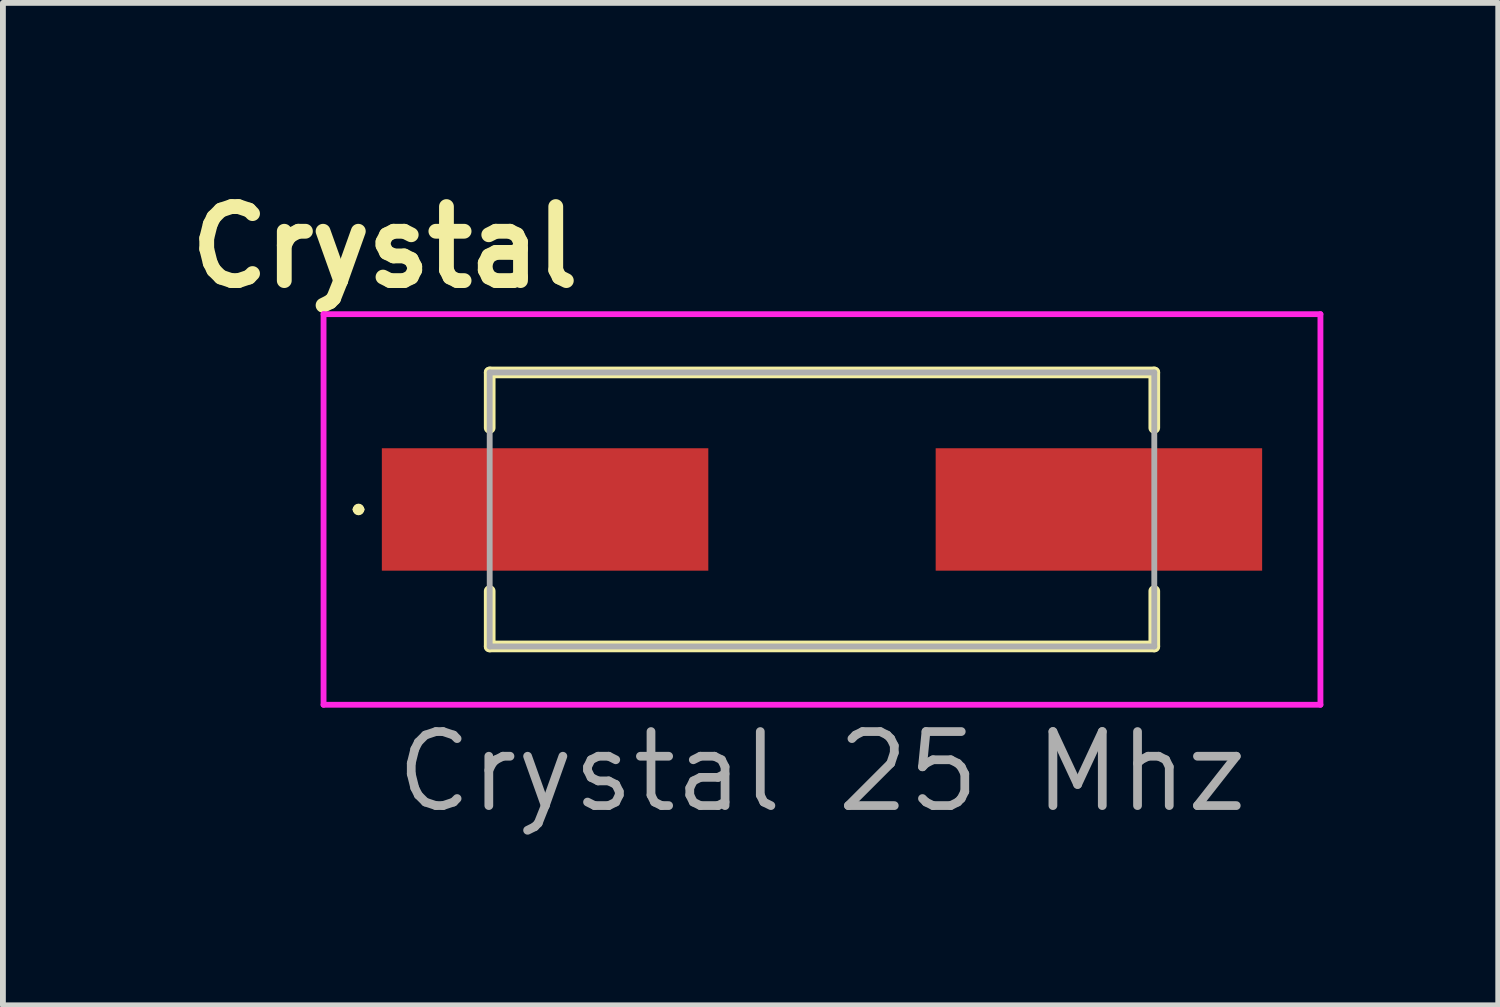
<source format=kicad_pcb>
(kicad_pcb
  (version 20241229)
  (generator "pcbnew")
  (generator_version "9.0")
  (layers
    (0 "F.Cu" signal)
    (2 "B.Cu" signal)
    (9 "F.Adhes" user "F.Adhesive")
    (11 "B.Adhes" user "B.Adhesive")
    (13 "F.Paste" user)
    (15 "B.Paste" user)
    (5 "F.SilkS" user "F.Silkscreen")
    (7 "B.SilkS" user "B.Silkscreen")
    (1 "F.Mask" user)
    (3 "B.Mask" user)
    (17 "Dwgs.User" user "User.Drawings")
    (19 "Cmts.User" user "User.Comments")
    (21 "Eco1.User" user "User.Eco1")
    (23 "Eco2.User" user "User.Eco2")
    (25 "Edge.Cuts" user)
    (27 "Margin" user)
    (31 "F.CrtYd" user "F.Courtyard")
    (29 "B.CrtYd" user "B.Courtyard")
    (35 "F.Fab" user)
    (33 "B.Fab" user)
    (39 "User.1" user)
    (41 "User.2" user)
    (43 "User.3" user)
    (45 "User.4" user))
  (footprint "Crystal"
    (layer "F.Cu")
    (at 11.05 5.689)
    (property "Reference" "Crystal" (at -7.5 -4.5 0) (layer "F.SilkS") (effects (font (size 1.27 1.27) (thickness 0.254))))
    (property "Description" "Crystal 25 Mhz" (at 0 4.5 0) (unlocked yes) (layer "F.Fab") (effects (font (size 1.27 1.27) (thickness 0.15))))
    (attr smd)
    (fp_line (start -8 0) (end -8 0) (stroke (width 0.1) (type solid)) (layer "F.SilkS"))
    (fp_line (start -7.9 0) (end -7.9 0) (stroke (width 0.1) (type solid)) (layer "F.SilkS"))
    (fp_line (start -5.7 -2.35) (end 5.7 -2.35) (stroke (width 0.2) (type solid)) (layer "F.SilkS"))
    (fp_line (start -5.7 -1.4) (end -5.7 -2.35) (stroke (width 0.2) (type solid)) (layer "F.SilkS"))
    (fp_line (start -5.7 2.35) (end -5.7 1.4) (stroke (width 0.2) (type solid)) (layer "F.SilkS"))
    (fp_line (start 5.7 -2.35) (end 5.7 -1.4) (stroke (width 0.2) (type solid)) (layer "F.SilkS"))
    (fp_line (start 5.7 1.4) (end 5.7 2.35) (stroke (width 0.2) (type solid)) (layer "F.SilkS"))
    (fp_line (start 5.7 2.35) (end -5.7 2.35) (stroke (width 0.2) (type solid)) (layer "F.SilkS"))
    (fp_arc (start -8 0) (mid -7.95 -0.05) (end -7.9 0) (stroke (width 0.1) (type solid)) (layer "F.SilkS"))
    (fp_arc (start -7.9 0) (mid -7.95 0.05) (end -8 0) (stroke (width 0.1) (type solid)) (layer "F.SilkS"))
    (fp_line (start -8.55 -3.35) (end 8.55 -3.35) (stroke (width 0.1) (type solid)) (layer "F.CrtYd"))
    (fp_line (start -8.55 3.35) (end -8.55 -3.35) (stroke (width 0.1) (type solid)) (layer "F.CrtYd"))
    (fp_line (start 8.55 -3.35) (end 8.55 3.35) (stroke (width 0.1) (type solid)) (layer "F.CrtYd"))
    (fp_line (start 8.55 3.35) (end -8.55 3.35) (stroke (width 0.1) (type solid)) (layer "F.CrtYd"))
    (fp_line (start -5.7 -2.35) (end 5.7 -2.35) (stroke (width 0.1) (type solid)) (layer "F.Fab"))
    (fp_line (start -5.7 2.35) (end -5.7 -2.35) (stroke (width 0.1) (type solid)) (layer "F.Fab"))
    (fp_line (start 5.7 -2.35) (end 5.7 2.35) (stroke (width 0.1) (type solid)) (layer "F.Fab"))
    (fp_line (start 5.7 2.35) (end -5.7 2.35) (stroke (width 0.1) (type solid)) (layer "F.Fab"))
    (pad "1" smd rect (at -4.75 0 90) (size 2.1 5.6) (layers "F.Cu" "F.Mask" "F.Paste"))
    (pad "2" smd rect (at 4.75 0 90) (size 2.1 5.6) (layers "F.Cu" "F.Mask" "F.Paste")))
  (gr_rect
    (start -3 -3)
    (end 22.65 14.195)
    (stroke (width 0.1) (type default))
    (fill no)
    (layer "Edge.Cuts")))
</source>
